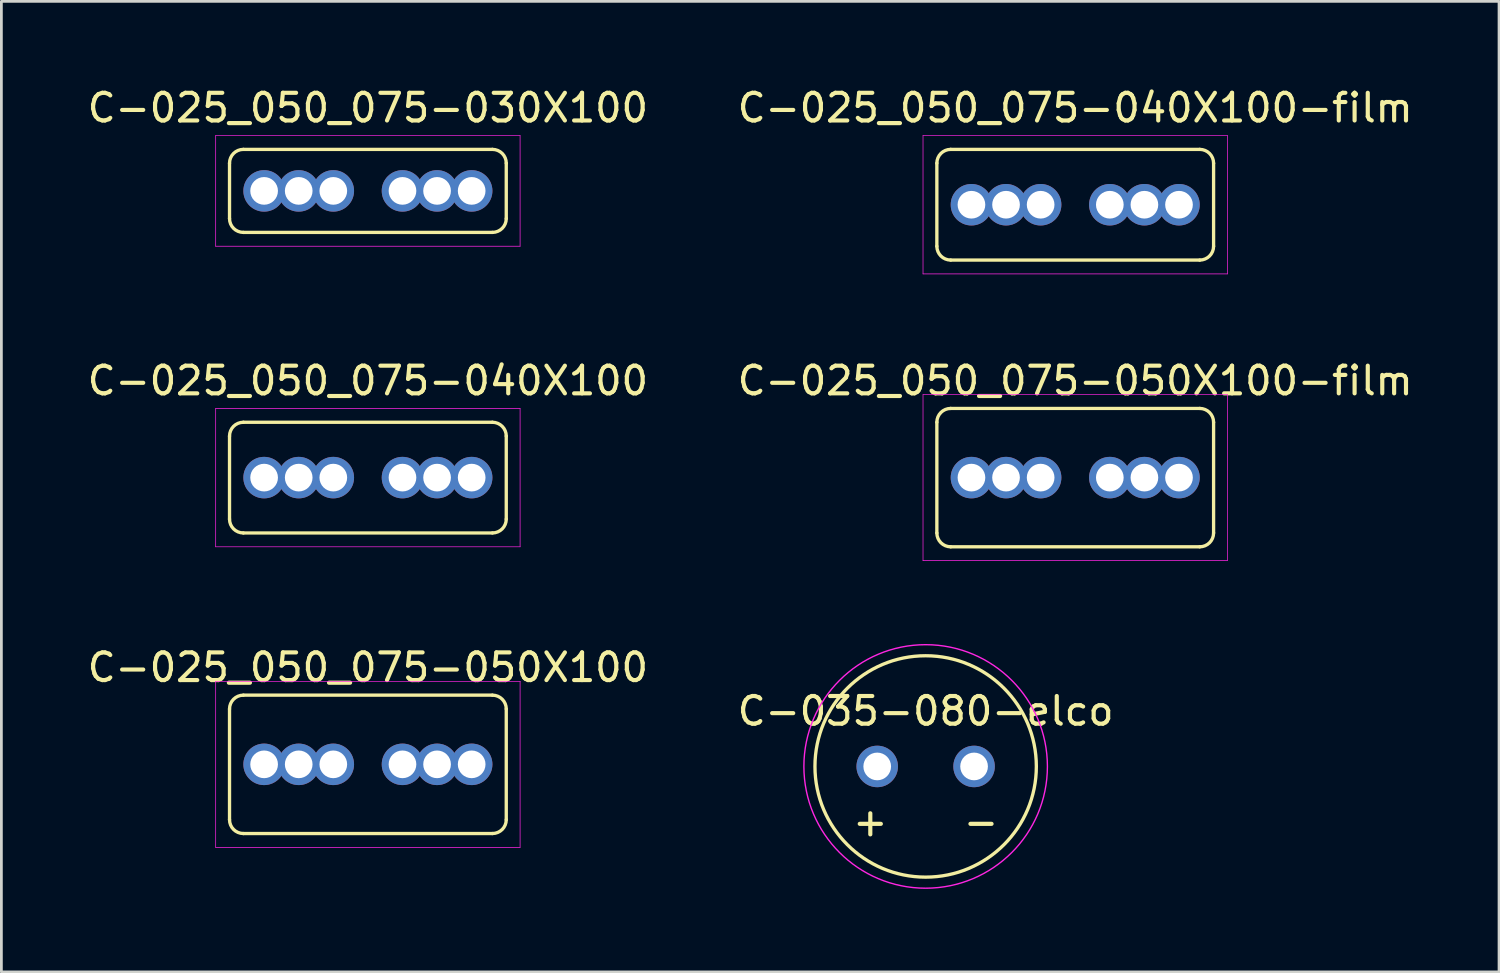
<source format=kicad_pcb>
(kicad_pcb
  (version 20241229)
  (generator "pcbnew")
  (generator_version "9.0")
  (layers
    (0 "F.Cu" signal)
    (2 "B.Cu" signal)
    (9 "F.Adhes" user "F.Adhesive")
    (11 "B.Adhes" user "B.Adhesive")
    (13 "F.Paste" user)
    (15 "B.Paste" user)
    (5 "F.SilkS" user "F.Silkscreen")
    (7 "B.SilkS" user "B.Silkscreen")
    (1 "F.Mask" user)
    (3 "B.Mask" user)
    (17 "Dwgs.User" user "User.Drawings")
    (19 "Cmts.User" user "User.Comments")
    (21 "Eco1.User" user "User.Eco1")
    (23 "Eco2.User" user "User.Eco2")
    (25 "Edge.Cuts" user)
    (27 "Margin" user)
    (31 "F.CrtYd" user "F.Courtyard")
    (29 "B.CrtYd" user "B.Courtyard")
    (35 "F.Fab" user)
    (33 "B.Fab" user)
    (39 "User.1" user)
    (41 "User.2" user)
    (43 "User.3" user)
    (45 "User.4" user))
  (footprint "C-025_050_075-040X100-film"
    (layer "F.Cu")
    (at 35.804 4.348)
    (property "Reference" "C-025_050_075-040X100-film" (at 0 -3.5 0) (layer "F.SilkS") (effects (font (size 1 1) (thickness 0.15))))
    (attr through_hole)
    (fp_line (start -5 -1.5) (end -5 1.5) (stroke (width 0.12) (type solid)) (layer "F.SilkS"))
    (fp_line (start -4.5 2) (end 4.5 2) (stroke (width 0.12) (type solid)) (layer "F.SilkS"))
    (fp_line (start 4.5 -2) (end -4.5 -2) (stroke (width 0.12) (type solid)) (layer "F.SilkS"))
    (fp_line (start 5 1.5) (end 5 -1.5) (stroke (width 0.12) (type solid)) (layer "F.SilkS"))
    (fp_arc (start -5 -1.5) (mid -4.853553 -1.853553) (end -4.5 -2) (stroke (width 0.12) (type solid)) (layer "F.SilkS"))
    (fp_arc (start -4.5 2) (mid -4.853553 1.853553) (end -5 1.5) (stroke (width 0.12) (type solid)) (layer "F.SilkS"))
    (fp_arc (start 4.5 -2) (mid 4.853553 -1.853553) (end 5 -1.5) (stroke (width 0.12) (type solid)) (layer "F.SilkS"))
    (fp_arc (start 5 1.5) (mid 4.853553 1.853553) (end 4.5 2) (stroke (width 0.12) (type solid)) (layer "F.SilkS"))
    (fp_line (start -5.5 -2.5) (end -5.5 2.5) (stroke (width 0.025) (type solid)) (layer "F.CrtYd"))
    (fp_line (start -5.5 2.5) (end 5.5 2.5) (stroke (width 0.025) (type solid)) (layer "F.CrtYd"))
    (fp_line (start 5.5 -2.5) (end -5.5 -2.5) (stroke (width 0.025) (type solid)) (layer "F.CrtYd"))
    (fp_line (start 5.5 2.5) (end 5.5 -2.5) (stroke (width 0.025) (type solid)) (layer "F.CrtYd"))
    (pad "1" thru_hole circle (at -3.75 0) (size 1.5 1.5) (drill 1) (layers "*.Cu" "*.Mask"))
    (pad "1" thru_hole circle (at -2.5 0) (size 1.5 1.5) (drill 1) (layers "*.Cu" "*.Mask"))
    (pad "1" thru_hole circle (at -1.25 0) (size 1.5 1.5) (drill 1) (layers "*.Cu" "*.Mask"))
    (pad "2" thru_hole circle (at 1.25 0) (size 1.5 1.5) (drill 1) (layers "*.Cu" "*.Mask"))
    (pad "2" thru_hole circle (at 2.5 0) (size 1.5 1.5) (drill 1) (layers "*.Cu" "*.Mask"))
    (pad "2" thru_hole circle (at 3.75 0) (size 1.5 1.5) (drill 1) (layers "*.Cu" "*.Mask")))
  (footprint "C-035-080-elco"
    (layer "F.Cu")
    (at 30.399 24.646)
    (property "Reference" "C-035-080-elco" (at 0 -2 0) (unlocked yes) (layer "F.SilkS") (effects (font (size 1 1) (thickness 0.15))))
    (attr through_hole)
    (fp_circle (center 0 0) (end 4 0) (stroke (width 0.12) (type solid)) (fill no) (layer "F.SilkS"))
    (fp_circle (center 0 0) (end 4.4 0) (stroke (width 0.05) (type solid)) (fill no) (layer "F.CrtYd"))
    (fp_text user "-" (at 2 2 0) (unlocked yes) (layer "F.SilkS") (effects (font (size 1 1) (thickness 0.15))))
    (fp_text user "+" (at -2 2 0) (unlocked yes) (layer "F.SilkS") (effects (font (size 1 1) (thickness 0.15))))
    (pad "1" thru_hole circle (at -1.75 0) (size 1.5 1.5) (drill 1) (layers "*.Cu" "*.Mask"))
    (pad "2" thru_hole circle (at 1.75 0) (size 1.5 1.5) (drill 1) (layers "*.Cu" "*.Mask")))
  (footprint "C-025_050_075-030X100"
    (layer "F.Cu")
    (at 10.244 3.848)
    (property "Reference" "C-025_050_075-030X100" (at 0 -3 0) (layer "F.SilkS") (effects (font (size 1 1) (thickness 0.15))))
    (attr through_hole)
    (fp_line (start -5 -1) (end -5 1) (stroke (width 0.12) (type solid)) (layer "F.SilkS"))
    (fp_line (start -4.5 1.5) (end 4.5 1.5) (stroke (width 0.12) (type solid)) (layer "F.SilkS"))
    (fp_line (start 4.5 -1.5) (end -4.5 -1.5) (stroke (width 0.12) (type solid)) (layer "F.SilkS"))
    (fp_line (start 5 1) (end 5 -1) (stroke (width 0.12) (type solid)) (layer "F.SilkS"))
    (fp_arc (start -5 -1) (mid -4.853553 -1.353553) (end -4.5 -1.5) (stroke (width 0.12) (type solid)) (layer "F.SilkS"))
    (fp_arc (start -4.5 1.5) (mid -4.853553 1.353553) (end -5 1) (stroke (width 0.12) (type solid)) (layer "F.SilkS"))
    (fp_arc (start 4.5 -1.5) (mid 4.853553 -1.353553) (end 5 -1) (stroke (width 0.12) (type solid)) (layer "F.SilkS"))
    (fp_arc (start 5 1) (mid 4.853553 1.353553) (end 4.5 1.5) (stroke (width 0.12) (type solid)) (layer "F.SilkS"))
    (fp_line (start -5.5 -2) (end -5.5 2) (stroke (width 0.025) (type solid)) (layer "F.CrtYd"))
    (fp_line (start -5.5 2) (end 5.5 2) (stroke (width 0.025) (type solid)) (layer "F.CrtYd"))
    (fp_line (start 5.5 -2) (end -5.5 -2) (stroke (width 0.025) (type solid)) (layer "F.CrtYd"))
    (fp_line (start 5.5 2) (end 5.5 -2) (stroke (width 0.025) (type solid)) (layer "F.CrtYd"))
    (pad "1" thru_hole circle (at -3.75 0) (size 1.5 1.5) (drill 1) (layers "*.Cu" "*.Mask"))
    (pad "1" thru_hole circle (at -2.5 0) (size 1.5 1.5) (drill 1) (layers "*.Cu" "*.Mask"))
    (pad "1" thru_hole circle (at -1.25 0) (size 1.5 1.5) (drill 1) (layers "*.Cu" "*.Mask"))
    (pad "2" thru_hole circle (at 1.25 0) (size 1.5 1.5) (drill 1) (layers "*.Cu" "*.Mask"))
    (pad "2" thru_hole circle (at 2.5 0) (size 1.5 1.5) (drill 1) (layers "*.Cu" "*.Mask"))
    (pad "2" thru_hole circle (at 3.75 0) (size 1.5 1.5) (drill 1) (layers "*.Cu" "*.Mask")))
  (footprint "C-025_050_075-040X100"
    (layer "F.Cu")
    (at 10.244 14.209)
    (property "Reference" "C-025_050_075-040X100" (at 0 -3.5 0) (layer "F.SilkS") (effects (font (size 1 1) (thickness 0.15))))
    (attr through_hole)
    (fp_line (start -5 -1.5) (end -5 1.5) (stroke (width 0.12) (type solid)) (layer "F.SilkS"))
    (fp_line (start -4.5 2) (end 4.5 2) (stroke (width 0.12) (type solid)) (layer "F.SilkS"))
    (fp_line (start 4.5 -2) (end -4.5 -2) (stroke (width 0.12) (type solid)) (layer "F.SilkS"))
    (fp_line (start 5 1.5) (end 5 -1.5) (stroke (width 0.12) (type solid)) (layer "F.SilkS"))
    (fp_arc (start -5 -1.5) (mid -4.853553 -1.853553) (end -4.5 -2) (stroke (width 0.12) (type solid)) (layer "F.SilkS"))
    (fp_arc (start -4.5 2) (mid -4.853553 1.853553) (end -5 1.5) (stroke (width 0.12) (type solid)) (layer "F.SilkS"))
    (fp_arc (start 4.5 -2) (mid 4.853553 -1.853553) (end 5 -1.5) (stroke (width 0.12) (type solid)) (layer "F.SilkS"))
    (fp_arc (start 5 1.5) (mid 4.853553 1.853553) (end 4.5 2) (stroke (width 0.12) (type solid)) (layer "F.SilkS"))
    (fp_line (start -5.5 -2.5) (end -5.5 2.5) (stroke (width 0.025) (type solid)) (layer "F.CrtYd"))
    (fp_line (start -5.5 2.5) (end 5.5 2.5) (stroke (width 0.025) (type solid)) (layer "F.CrtYd"))
    (fp_line (start 5.5 -2.5) (end -5.5 -2.5) (stroke (width 0.025) (type solid)) (layer "F.CrtYd"))
    (fp_line (start 5.5 2.5) (end 5.5 -2.5) (stroke (width 0.025) (type solid)) (layer "F.CrtYd"))
    (pad "1" thru_hole circle (at -3.75 0) (size 1.5 1.5) (drill 1) (layers "*.Cu" "*.Mask"))
    (pad "1" thru_hole circle (at -2.5 0) (size 1.5 1.5) (drill 1) (layers "*.Cu" "*.Mask"))
    (pad "1" thru_hole circle (at -1.25 0) (size 1.5 1.5) (drill 1) (layers "*.Cu" "*.Mask"))
    (pad "2" thru_hole circle (at 1.25 0) (size 1.5 1.5) (drill 1) (layers "*.Cu" "*.Mask"))
    (pad "2" thru_hole circle (at 2.5 0) (size 1.5 1.5) (drill 1) (layers "*.Cu" "*.Mask"))
    (pad "2" thru_hole circle (at 3.75 0) (size 1.5 1.5) (drill 1) (layers "*.Cu" "*.Mask")))
  (footprint "C-025_050_075-050X100-film"
    (layer "F.Cu")
    (at 35.804 14.209)
    (property "Reference" "C-025_050_075-050X100-film" (at 0 -3.5 0) (layer "F.SilkS") (effects (font (size 1 1) (thickness 0.15))))
    (attr through_hole)
    (fp_line (start -5 -2) (end -5 2) (stroke (width 0.12) (type solid)) (layer "F.SilkS"))
    (fp_line (start -4.5 2.5) (end 4.5 2.5) (stroke (width 0.12) (type solid)) (layer "F.SilkS"))
    (fp_line (start 4.5 -2.5) (end -4.5 -2.5) (stroke (width 0.12) (type solid)) (layer "F.SilkS"))
    (fp_line (start 5 2) (end 5 -2) (stroke (width 0.12) (type solid)) (layer "F.SilkS"))
    (fp_arc (start -5 -2) (mid -4.853553 -2.353553) (end -4.5 -2.5) (stroke (width 0.12) (type solid)) (layer "F.SilkS"))
    (fp_arc (start -4.5 2.5) (mid -4.853553 2.353553) (end -5 2) (stroke (width 0.12) (type solid)) (layer "F.SilkS"))
    (fp_arc (start 4.5 -2.5) (mid 4.853553 -2.353553) (end 5 -2) (stroke (width 0.12) (type solid)) (layer "F.SilkS"))
    (fp_arc (start 5 2) (mid 4.853553 2.353553) (end 4.5 2.5) (stroke (width 0.12) (type solid)) (layer "F.SilkS"))
    (fp_line (start -5.5 -3) (end -5.5 3) (stroke (width 0.025) (type solid)) (layer "F.CrtYd"))
    (fp_line (start -5.5 3) (end 5.5 3) (stroke (width 0.025) (type solid)) (layer "F.CrtYd"))
    (fp_line (start 5.5 -3) (end -5.5 -3) (stroke (width 0.025) (type solid)) (layer "F.CrtYd"))
    (fp_line (start 5.5 3) (end 5.5 -3) (stroke (width 0.025) (type solid)) (layer "F.CrtYd"))
    (pad "1" thru_hole circle (at -3.75 0) (size 1.5 1.5) (drill 1) (layers "*.Cu" "*.Mask"))
    (pad "1" thru_hole circle (at -2.5 0) (size 1.5 1.5) (drill 1) (layers "*.Cu" "*.Mask"))
    (pad "1" thru_hole circle (at -1.25 0) (size 1.5 1.5) (drill 1) (layers "*.Cu" "*.Mask"))
    (pad "2" thru_hole circle (at 1.25 0) (size 1.5 1.5) (drill 1) (layers "*.Cu" "*.Mask"))
    (pad "2" thru_hole circle (at 2.5 0) (size 1.5 1.5) (drill 1) (layers "*.Cu" "*.Mask"))
    (pad "2" thru_hole circle (at 3.75 0) (size 1.5 1.5) (drill 1) (layers "*.Cu" "*.Mask")))
  (footprint "C-025_050_075-050X100"
    (layer "F.Cu")
    (at 10.244 24.57)
    (property "Reference" "C-025_050_075-050X100" (at 0 -3.5 0) (layer "F.SilkS") (effects (font (size 1 1) (thickness 0.15))))
    (attr through_hole)
    (fp_line (start -5 -2) (end -5 2) (stroke (width 0.12) (type solid)) (layer "F.SilkS"))
    (fp_line (start -4.5 2.5) (end 4.5 2.5) (stroke (width 0.12) (type solid)) (layer "F.SilkS"))
    (fp_line (start 4.5 -2.5) (end -4.5 -2.5) (stroke (width 0.12) (type solid)) (layer "F.SilkS"))
    (fp_line (start 5 2) (end 5 -2) (stroke (width 0.12) (type solid)) (layer "F.SilkS"))
    (fp_arc (start -5 -2) (mid -4.853553 -2.353553) (end -4.5 -2.5) (stroke (width 0.12) (type solid)) (layer "F.SilkS"))
    (fp_arc (start -4.5 2.5) (mid -4.853553 2.353553) (end -5 2) (stroke (width 0.12) (type solid)) (layer "F.SilkS"))
    (fp_arc (start 4.5 -2.5) (mid 4.853553 -2.353553) (end 5 -2) (stroke (width 0.12) (type solid)) (layer "F.SilkS"))
    (fp_arc (start 5 2) (mid 4.853553 2.353553) (end 4.5 2.5) (stroke (width 0.12) (type solid)) (layer "F.SilkS"))
    (fp_line (start -5.5 -3) (end -5.5 3) (stroke (width 0.025) (type solid)) (layer "F.CrtYd"))
    (fp_line (start -5.5 3) (end 5.5 3) (stroke (width 0.025) (type solid)) (layer "F.CrtYd"))
    (fp_line (start 5.5 -3) (end -5.5 -3) (stroke (width 0.025) (type solid)) (layer "F.CrtYd"))
    (fp_line (start 5.5 3) (end 5.5 -3) (stroke (width 0.025) (type solid)) (layer "F.CrtYd"))
    (pad "1" thru_hole circle (at -3.75 0) (size 1.5 1.5) (drill 1) (layers "*.Cu" "*.Mask"))
    (pad "1" thru_hole circle (at -2.5 0) (size 1.5 1.5) (drill 1) (layers "*.Cu" "*.Mask"))
    (pad "1" thru_hole circle (at -1.25 0) (size 1.5 1.5) (drill 1) (layers "*.Cu" "*.Mask"))
    (pad "2" thru_hole circle (at 1.25 0) (size 1.5 1.5) (drill 1) (layers "*.Cu" "*.Mask"))
    (pad "2" thru_hole circle (at 2.5 0) (size 1.5 1.5) (drill 1) (layers "*.Cu" "*.Mask"))
    (pad "2" thru_hole circle (at 3.75 0) (size 1.5 1.5) (drill 1) (layers "*.Cu" "*.Mask")))
  (gr_rect
    (start -3 -3)
    (end 51.119 32.072)
    (stroke (width 0.1) (type default))
    (fill no)
    (layer "Edge.Cuts")))
</source>
